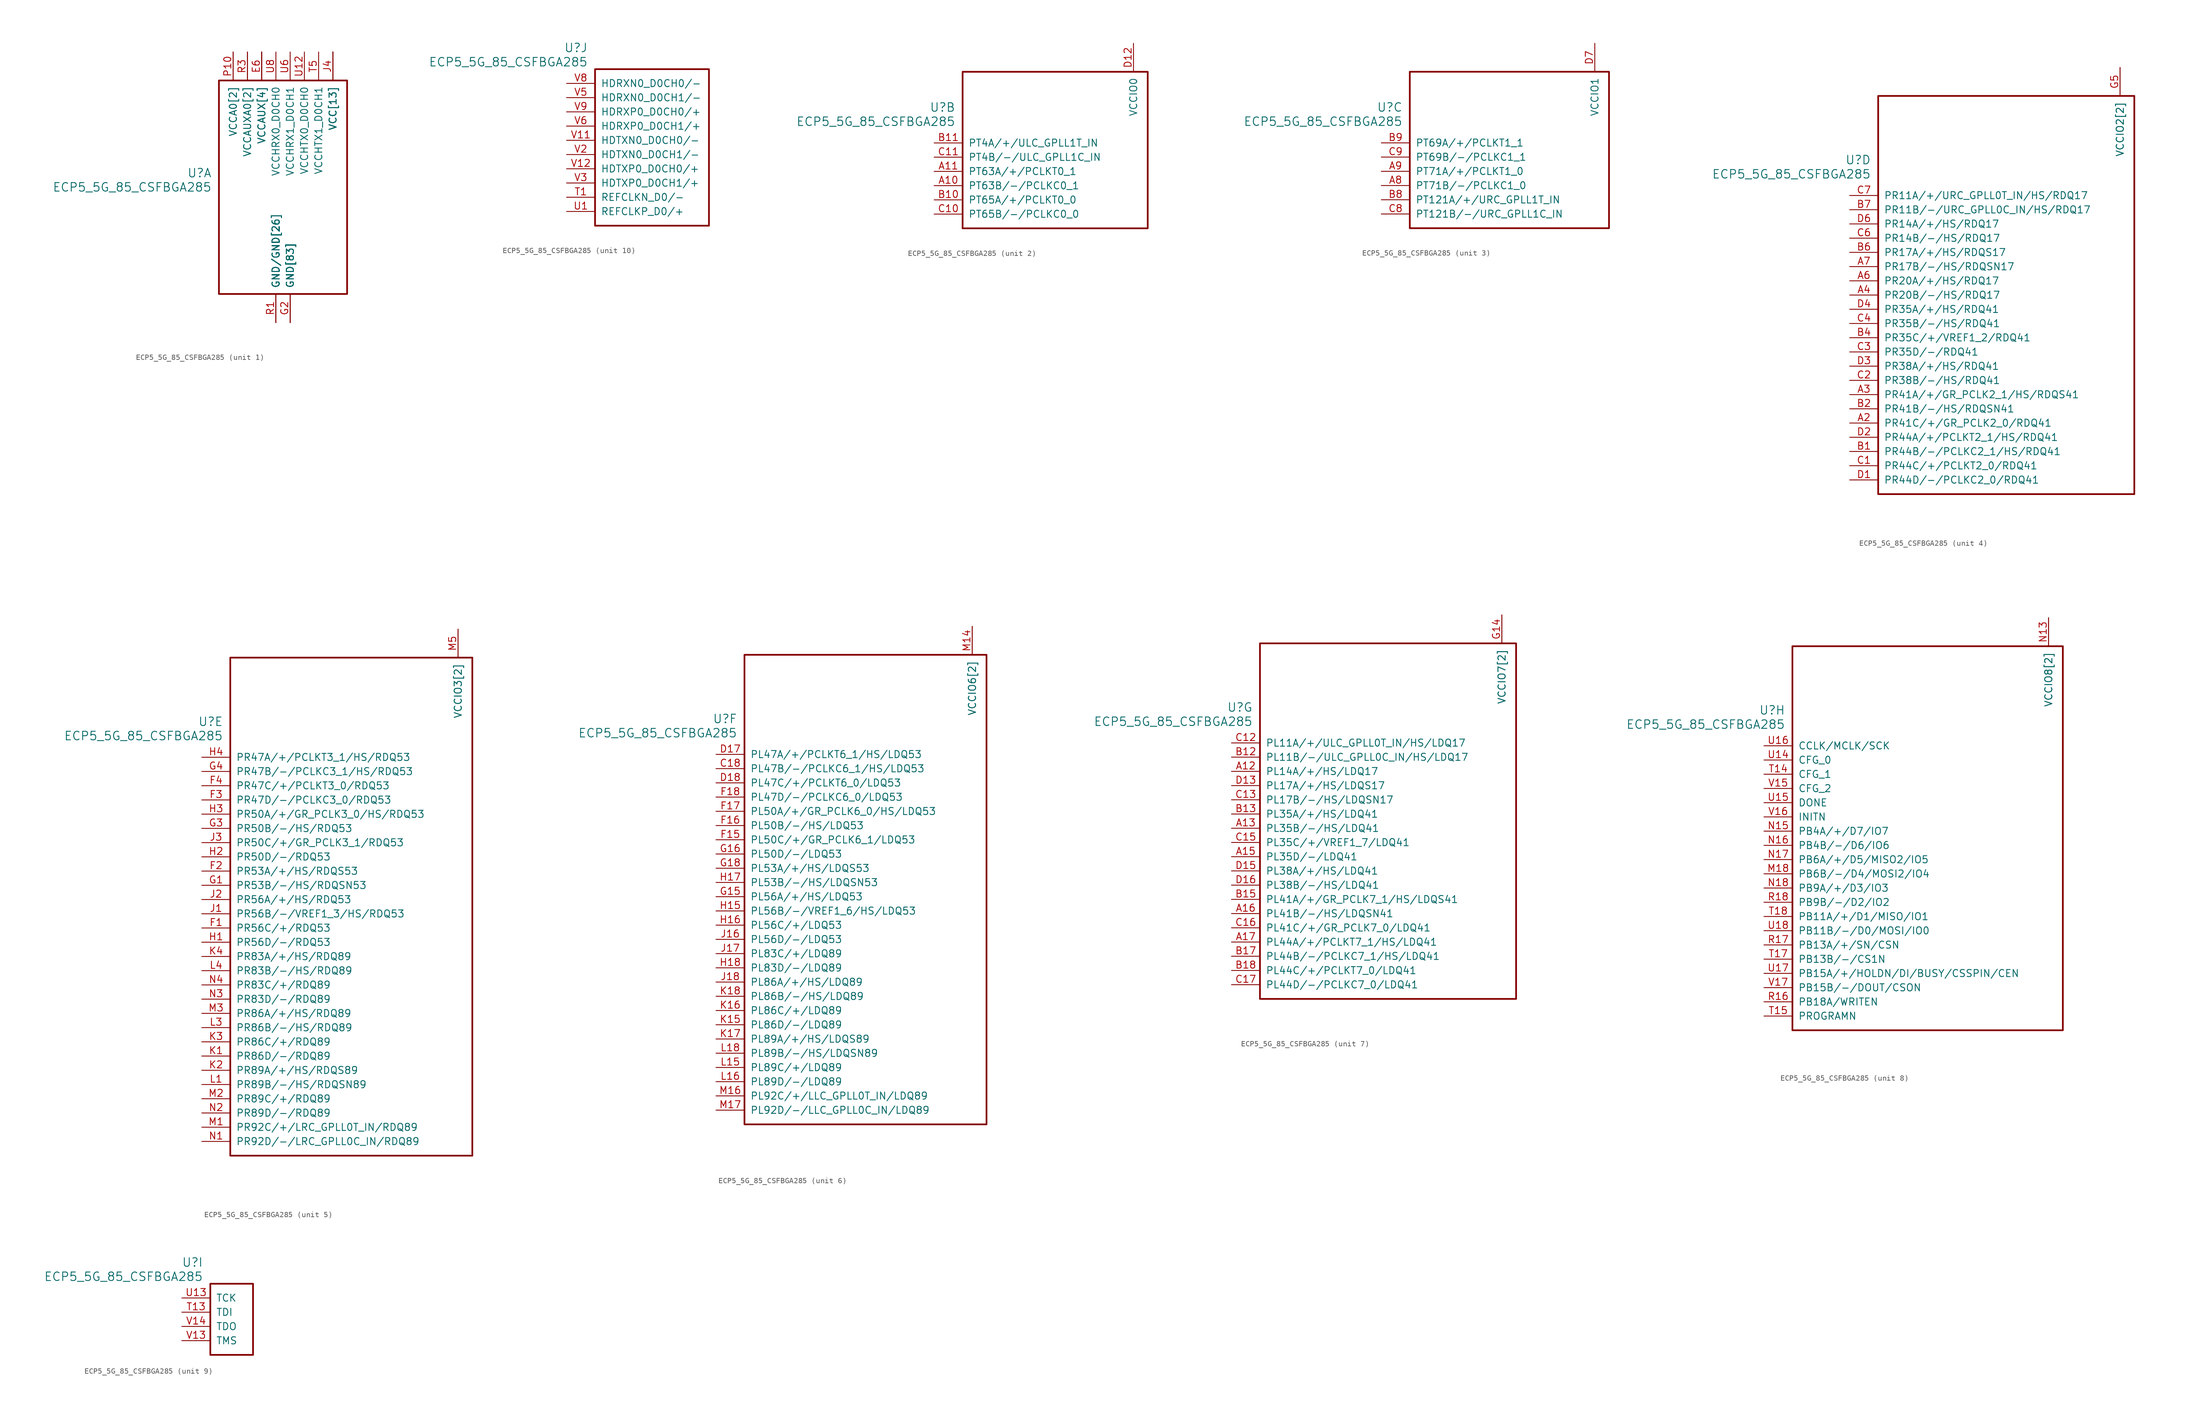
<source format=kicad_sym>
(kicad_symbol_lib
  (version 20231120)
  (generator "kicad_symbol_editor")
  (generator_version "8.0")
  (symbol "ECP5_5G_85_CSFBGA285"
    (pin_names
      (offset 1.016))
    (property "Reference" "U"
      (at 3.81 6.35 0)
      (effects (font (size 1.524 1.524)) (justify right)))
    (property "Value" "ECP5_5G_85_CSFBGA285"
      (at 3.81 3.81 0)
      (effects (font (size 1.524 1.524)) (justify right)))
    (property "ki_locked" ""
      (at 0 0 0)
      (effects (font (size 1.27 1.27))))
    (symbol "ECP5_5G_85_CSFBGA285_1_1"
      (rectangle (start 5.08 22.86) (end 27.94 -15.24) (stroke (width 0.305) (type default)) (fill (type none)))
      (pin power_in line (at 17.78 -20.32 90) (length 5.08) (name "GND[83]" (effects (font (size 1.27 1.27)))) (number "B16" (effects (font (size 0 0)))))
      (pin power_in line (at 17.78 -20.32 90) (length 5.08) (name "GND[83]" (effects (font (size 1.27 1.27)))) (number "B3" (effects (font (size 0 0)))))
      (pin power_in line (at 25.4 27.94 270) (length 5.08) (name "VCC[13]" (effects (font (size 1.27 1.27)))) (number "D10" (effects (font (size 0 0)))))
      (pin power_in line (at 25.4 27.94 270) (length 5.08) (name "VCC[13]" (effects (font (size 1.27 1.27)))) (number "D11" (effects (font (size 0 0)))))
      (pin power_in line (at 25.4 27.94 270) (length 5.08) (name "VCC[13]" (effects (font (size 1.27 1.27)))) (number "D8" (effects (font (size 0 0)))))
      (pin power_in line (at 25.4 27.94 270) (length 5.08) (name "VCC[13]" (effects (font (size 1.27 1.27)))) (number "D9" (effects (font (size 0 0)))))
      (pin power_in line (at 17.78 -20.32 90) (length 5.08) (name "GND[83]" (effects (font (size 1.27 1.27)))) (number "E10" (effects (font (size 0 0)))))
      (pin power_in line (at 17.78 -20.32 90) (length 5.08) (name "GND[83]" (effects (font (size 1.27 1.27)))) (number "E11" (effects (font (size 0 0)))))
      (pin power_in line (at 17.78 -20.32 90) (length 5.08) (name "GND[83]" (effects (font (size 1.27 1.27)))) (number "E12" (effects (font (size 0 0)))))
      (pin power_in line (at 12.7 27.94 270) (length 5.08) (name "VCCAUX[4]" (effects (font (size 1.27 1.27)))) (number "E13" (effects (font (size 0 0)))))
      (pin power_in line (at 17.78 -20.32 90) (length 5.08) (name "GND[83]" (effects (font (size 1.27 1.27)))) (number "E14" (effects (font (size 0 0)))))
      (pin power_in line (at 17.78 -20.32 90) (length 5.08) (name "GND[83]" (effects (font (size 1.27 1.27)))) (number "E5" (effects (font (size 0 0)))))
      (pin power_in line (at 12.7 27.94 270) (length 5.08) (name "VCCAUX[4]" (effects (font (size 1.27 1.27)))) (number "E6" (effects (font (size 1.27 1.27)))))
      (pin power_in line (at 17.78 -20.32 90) (length 5.08) (name "GND[83]" (effects (font (size 1.27 1.27)))) (number "E7" (effects (font (size 0 0)))))
      (pin power_in line (at 17.78 -20.32 90) (length 5.08) (name "GND[83]" (effects (font (size 1.27 1.27)))) (number "E8" (effects (font (size 0 0)))))
      (pin power_in line (at 17.78 -20.32 90) (length 5.08) (name "GND[83]" (effects (font (size 1.27 1.27)))) (number "E9" (effects (font (size 0 0)))))
      (pin power_in line (at 17.78 -20.32 90) (length 5.08) (name "GND[83]" (effects (font (size 1.27 1.27)))) (number "F10" (effects (font (size 0 0)))))
      (pin power_in line (at 17.78 -20.32 90) (length 5.08) (name "GND[83]" (effects (font (size 1.27 1.27)))) (number "F11" (effects (font (size 0 0)))))
      (pin power_in line (at 17.78 -20.32 90) (length 5.08) (name "GND[83]" (effects (font (size 1.27 1.27)))) (number "F12" (effects (font (size 0 0)))))
      (pin power_in line (at 17.78 -20.32 90) (length 5.08) (name "GND[83]" (effects (font (size 1.27 1.27)))) (number "F13" (effects (font (size 0 0)))))
      (pin power_in line (at 17.78 -20.32 90) (length 5.08) (name "GND[83]" (effects (font (size 1.27 1.27)))) (number "F14" (effects (font (size 0 0)))))
      (pin power_in line (at 17.78 -20.32 90) (length 5.08) (name "GND[83]" (effects (font (size 1.27 1.27)))) (number "F5" (effects (font (size 0 0)))))
      (pin power_in line (at 17.78 -20.32 90) (length 5.08) (name "GND[83]" (effects (font (size 1.27 1.27)))) (number "F6" (effects (font (size 0 0)))))
      (pin power_in line (at 17.78 -20.32 90) (length 5.08) (name "GND[83]" (effects (font (size 1.27 1.27)))) (number "F7" (effects (font (size 0 0)))))
      (pin power_in line (at 17.78 -20.32 90) (length 5.08) (name "GND[83]" (effects (font (size 1.27 1.27)))) (number "F8" (effects (font (size 0 0)))))
      (pin power_in line (at 17.78 -20.32 90) (length 5.08) (name "GND[83]" (effects (font (size 1.27 1.27)))) (number "F9" (effects (font (size 0 0)))))
      (pin power_in line (at 17.78 -20.32 90) (length 5.08) (name "GND[83]" (effects (font (size 1.27 1.27)))) (number "G10" (effects (font (size 0 0)))))
      (pin power_in line (at 17.78 -20.32 90) (length 5.08) (name "GND[83]" (effects (font (size 1.27 1.27)))) (number "G11" (effects (font (size 0 0)))))
      (pin power_in line (at 17.78 -20.32 90) (length 5.08) (name "GND[83]" (effects (font (size 1.27 1.27)))) (number "G12" (effects (font (size 0 0)))))
      (pin power_in line (at 17.78 -20.32 90) (length 5.08) (name "GND[83]" (effects (font (size 1.27 1.27)))) (number "G13" (effects (font (size 0 0)))))
      (pin power_in line (at 17.78 -20.32 90) (length 5.08) (name "GND[83]" (effects (font (size 1.27 1.27)))) (number "G17" (effects (font (size 0 0)))))
      (pin power_in line (at 17.78 -20.32 90) (length 5.08) (name "GND[83]" (effects (font (size 1.27 1.27)))) (number "G2" (effects (font (size 1.27 1.27)))))
      (pin power_in line (at 17.78 -20.32 90) (length 5.08) (name "GND[83]" (effects (font (size 1.27 1.27)))) (number "G6" (effects (font (size 0 0)))))
      (pin power_in line (at 17.78 -20.32 90) (length 5.08) (name "GND[83]" (effects (font (size 1.27 1.27)))) (number "G7" (effects (font (size 0 0)))))
      (pin power_in line (at 17.78 -20.32 90) (length 5.08) (name "GND[83]" (effects (font (size 1.27 1.27)))) (number "G8" (effects (font (size 0 0)))))
      (pin power_in line (at 17.78 -20.32 90) (length 5.08) (name "GND[83]" (effects (font (size 1.27 1.27)))) (number "G9" (effects (font (size 0 0)))))
      (pin power_in line (at 17.78 -20.32 90) (length 5.08) (name "GND[83]" (effects (font (size 1.27 1.27)))) (number "H10" (effects (font (size 0 0)))))
      (pin power_in line (at 17.78 -20.32 90) (length 5.08) (name "GND[83]" (effects (font (size 1.27 1.27)))) (number "H11" (effects (font (size 0 0)))))
      (pin power_in line (at 17.78 -20.32 90) (length 5.08) (name "GND[83]" (effects (font (size 1.27 1.27)))) (number "H12" (effects (font (size 0 0)))))
      (pin power_in line (at 17.78 -20.32 90) (length 5.08) (name "GND[83]" (effects (font (size 1.27 1.27)))) (number "H13" (effects (font (size 0 0)))))
      (pin power_in line (at 17.78 -20.32 90) (length 5.08) (name "GND[83]" (effects (font (size 1.27 1.27)))) (number "H6" (effects (font (size 0 0)))))
      (pin power_in line (at 17.78 -20.32 90) (length 5.08) (name "GND[83]" (effects (font (size 1.27 1.27)))) (number "H7" (effects (font (size 0 0)))))
      (pin power_in line (at 17.78 -20.32 90) (length 5.08) (name "GND[83]" (effects (font (size 1.27 1.27)))) (number "H8" (effects (font (size 0 0)))))
      (pin power_in line (at 17.78 -20.32 90) (length 5.08) (name "GND[83]" (effects (font (size 1.27 1.27)))) (number "H9" (effects (font (size 0 0)))))
      (pin power_in line (at 17.78 -20.32 90) (length 5.08) (name "GND[83]" (effects (font (size 1.27 1.27)))) (number "J10" (effects (font (size 0 0)))))
      (pin power_in line (at 17.78 -20.32 90) (length 5.08) (name "GND[83]" (effects (font (size 1.27 1.27)))) (number "J11" (effects (font (size 0 0)))))
      (pin power_in line (at 17.78 -20.32 90) (length 5.08) (name "GND[83]" (effects (font (size 1.27 1.27)))) (number "J12" (effects (font (size 0 0)))))
      (pin power_in line (at 17.78 -20.32 90) (length 5.08) (name "GND[83]" (effects (font (size 1.27 1.27)))) (number "J13" (effects (font (size 0 0)))))
      (pin power_in line (at 25.4 27.94 270) (length 5.08) (name "VCC[13]" (effects (font (size 1.27 1.27)))) (number "J14" (effects (font (size 0 0)))))
      (pin power_in line (at 25.4 27.94 270) (length 5.08) (name "VCC[13]" (effects (font (size 1.27 1.27)))) (number "J15" (effects (font (size 0 0)))))
      (pin power_in line (at 25.4 27.94 270) (length 5.08) (name "VCC[13]" (effects (font (size 1.27 1.27)))) (number "J4" (effects (font (size 1.27 1.27)))))
      (pin power_in line (at 25.4 27.94 270) (length 5.08) (name "VCC[13]" (effects (font (size 1.27 1.27)))) (number "J5" (effects (font (size 0 0)))))
      (pin power_in line (at 17.78 -20.32 90) (length 5.08) (name "GND[83]" (effects (font (size 1.27 1.27)))) (number "J6" (effects (font (size 0 0)))))
      (pin power_in line (at 17.78 -20.32 90) (length 5.08) (name "GND[83]" (effects (font (size 1.27 1.27)))) (number "J7" (effects (font (size 0 0)))))
      (pin power_in line (at 17.78 -20.32 90) (length 5.08) (name "GND[83]" (effects (font (size 1.27 1.27)))) (number "J8" (effects (font (size 0 0)))))
      (pin power_in line (at 17.78 -20.32 90) (length 5.08) (name "GND[83]" (effects (font (size 1.27 1.27)))) (number "J9" (effects (font (size 0 0)))))
      (pin power_in line (at 17.78 -20.32 90) (length 5.08) (name "GND[83]" (effects (font (size 1.27 1.27)))) (number "K10" (effects (font (size 0 0)))))
      (pin power_in line (at 17.78 -20.32 90) (length 5.08) (name "GND[83]" (effects (font (size 1.27 1.27)))) (number "K11" (effects (font (size 0 0)))))
      (pin power_in line (at 17.78 -20.32 90) (length 5.08) (name "GND[83]" (effects (font (size 1.27 1.27)))) (number "K12" (effects (font (size 0 0)))))
      (pin power_in line (at 17.78 -20.32 90) (length 5.08) (name "GND[83]" (effects (font (size 1.27 1.27)))) (number "K13" (effects (font (size 0 0)))))
      (pin power_in line (at 17.78 -20.32 90) (length 5.08) (name "GND[83]" (effects (font (size 1.27 1.27)))) (number "K14" (effects (font (size 0 0)))))
      (pin power_in line (at 17.78 -20.32 90) (length 5.08) (name "GND[83]" (effects (font (size 1.27 1.27)))) (number "K5" (effects (font (size 0 0)))))
      (pin power_in line (at 17.78 -20.32 90) (length 5.08) (name "GND[83]" (effects (font (size 1.27 1.27)))) (number "K6" (effects (font (size 0 0)))))
      (pin power_in line (at 17.78 -20.32 90) (length 5.08) (name "GND[83]" (effects (font (size 1.27 1.27)))) (number "K7" (effects (font (size 0 0)))))
      (pin power_in line (at 17.78 -20.32 90) (length 5.08) (name "GND[83]" (effects (font (size 1.27 1.27)))) (number "K8" (effects (font (size 0 0)))))
      (pin power_in line (at 17.78 -20.32 90) (length 5.08) (name "GND[83]" (effects (font (size 1.27 1.27)))) (number "K9" (effects (font (size 0 0)))))
      (pin power_in line (at 17.78 -20.32 90) (length 5.08) (name "GND[83]" (effects (font (size 1.27 1.27)))) (number "L10" (effects (font (size 0 0)))))
      (pin power_in line (at 17.78 -20.32 90) (length 5.08) (name "GND[83]" (effects (font (size 1.27 1.27)))) (number "L11" (effects (font (size 0 0)))))
      (pin power_in line (at 17.78 -20.32 90) (length 5.08) (name "GND[83]" (effects (font (size 1.27 1.27)))) (number "L12" (effects (font (size 0 0)))))
      (pin power_in line (at 17.78 -20.32 90) (length 5.08) (name "GND[83]" (effects (font (size 1.27 1.27)))) (number "L13" (effects (font (size 0 0)))))
      (pin power_in line (at 17.78 -20.32 90) (length 5.08) (name "GND[83]" (effects (font (size 1.27 1.27)))) (number "L14" (effects (font (size 0 0)))))
      (pin power_in line (at 17.78 -20.32 90) (length 5.08) (name "GND[83]" (effects (font (size 1.27 1.27)))) (number "L17" (effects (font (size 0 0)))))
      (pin power_in line (at 17.78 -20.32 90) (length 5.08) (name "GND[83]" (effects (font (size 1.27 1.27)))) (number "L2" (effects (font (size 0 0)))))
      (pin power_in line (at 17.78 -20.32 90) (length 5.08) (name "GND[83]" (effects (font (size 1.27 1.27)))) (number "L5" (effects (font (size 0 0)))))
      (pin power_in line (at 17.78 -20.32 90) (length 5.08) (name "GND[83]" (effects (font (size 1.27 1.27)))) (number "L6" (effects (font (size 0 0)))))
      (pin power_in line (at 17.78 -20.32 90) (length 5.08) (name "GND[83]" (effects (font (size 1.27 1.27)))) (number "L7" (effects (font (size 0 0)))))
      (pin power_in line (at 17.78 -20.32 90) (length 5.08) (name "GND[83]" (effects (font (size 1.27 1.27)))) (number "L8" (effects (font (size 0 0)))))
      (pin power_in line (at 17.78 -20.32 90) (length 5.08) (name "GND[83]" (effects (font (size 1.27 1.27)))) (number "L9" (effects (font (size 0 0)))))
      (pin power_in line (at 17.78 -20.32 90) (length 5.08) (name "GND[83]" (effects (font (size 1.27 1.27)))) (number "M10" (effects (font (size 0 0)))))
      (pin power_in line (at 17.78 -20.32 90) (length 5.08) (name "GND[83]" (effects (font (size 1.27 1.27)))) (number "M11" (effects (font (size 0 0)))))
      (pin power_in line (at 17.78 -20.32 90) (length 5.08) (name "GND[83]" (effects (font (size 1.27 1.27)))) (number "M12" (effects (font (size 0 0)))))
      (pin power_in line (at 17.78 -20.32 90) (length 5.08) (name "GND[83]" (effects (font (size 1.27 1.27)))) (number "M13" (effects (font (size 0 0)))))
      (pin power_in line (at 25.4 27.94 270) (length 5.08) (name "VCC[13]" (effects (font (size 1.27 1.27)))) (number "M15" (effects (font (size 0 0)))))
      (pin power_in line (at 25.4 27.94 270) (length 5.08) (name "VCC[13]" (effects (font (size 1.27 1.27)))) (number "M4" (effects (font (size 0 0)))))
      (pin power_in line (at 17.78 -20.32 90) (length 5.08) (name "GND[83]" (effects (font (size 1.27 1.27)))) (number "M6" (effects (font (size 0 0)))))
      (pin power_in line (at 17.78 -20.32 90) (length 5.08) (name "GND[83]" (effects (font (size 1.27 1.27)))) (number "M7" (effects (font (size 0 0)))))
      (pin power_in line (at 17.78 -20.32 90) (length 5.08) (name "GND[83]" (effects (font (size 1.27 1.27)))) (number "M8" (effects (font (size 0 0)))))
      (pin power_in line (at 17.78 -20.32 90) (length 5.08) (name "GND[83]" (effects (font (size 1.27 1.27)))) (number "M9" (effects (font (size 0 0)))))
      (pin power_in line (at 17.78 -20.32 90) (length 5.08) (name "GND[83]" (effects (font (size 1.27 1.27)))) (number "N10" (effects (font (size 0 0)))))
      (pin power_in line (at 17.78 -20.32 90) (length 5.08) (name "GND[83]" (effects (font (size 1.27 1.27)))) (number "N11" (effects (font (size 0 0)))))
      (pin power_in line (at 17.78 -20.32 90) (length 5.08) (name "GND[83]" (effects (font (size 1.27 1.27)))) (number "N12" (effects (font (size 0 0)))))
      (pin power_in line (at 12.7 27.94 270) (length 5.08) (name "VCCAUX[4]" (effects (font (size 1.27 1.27)))) (number "N6" (effects (font (size 0 0)))))
      (pin power_in line (at 17.78 -20.32 90) (length 5.08) (name "GND[83]" (effects (font (size 1.27 1.27)))) (number "N7" (effects (font (size 0 0)))))
      (pin power_in line (at 17.78 -20.32 90) (length 5.08) (name "GND[83]" (effects (font (size 1.27 1.27)))) (number "N8" (effects (font (size 0 0)))))
      (pin power_in line (at 17.78 -20.32 90) (length 5.08) (name "GND[83]" (effects (font (size 1.27 1.27)))) (number "N9" (effects (font (size 0 0)))))
      (pin power_in line (at 7.62 27.94 270) (length 5.08) (name "VCCA0[2]" (effects (font (size 1.27 1.27)))) (number "P10" (effects (font (size 1.27 1.27)))))
      (pin power_in line (at 25.4 27.94 270) (length 5.08) (name "VCC[13]" (effects (font (size 1.27 1.27)))) (number "P11" (effects (font (size 0 0)))))
      (pin power_in line (at 15.24 -20.32 90) (length 5.08) (name "GND/GND[26]" (effects (font (size 1.27 1.27)))) (number "P12" (effects (font (size 0 0)))))
      (pin power_in line (at 12.7 27.94 270) (length 5.08) (name "VCCAUX[4]" (effects (font (size 1.27 1.27)))) (number "P13" (effects (font (size 0 0)))))
      (pin power_in line (at 10.16 27.94 270) (length 5.08) (name "VCCAUXA0[2]" (effects (font (size 1.27 1.27)))) (number "P5" (effects (font (size 0 0)))))
      (pin power_in line (at 15.24 -20.32 90) (length 5.08) (name "GND/GND[26]" (effects (font (size 1.27 1.27)))) (number "P6" (effects (font (size 0 0)))))
      (pin power_in line (at 25.4 27.94 270) (length 5.08) (name "VCC[13]" (effects (font (size 1.27 1.27)))) (number "P7" (effects (font (size 0 0)))))
      (pin power_in line (at 15.24 -20.32 90) (length 5.08) (name "GND/GND[26]" (effects (font (size 1.27 1.27)))) (number "P8" (effects (font (size 0 0)))))
      (pin power_in line (at 25.4 27.94 270) (length 5.08) (name "VCC[13]" (effects (font (size 1.27 1.27)))) (number "P9" (effects (font (size 0 0)))))
      (pin power_in line (at 15.24 -20.32 90) (length 5.08) (name "GND/GND[26]" (effects (font (size 1.27 1.27)))) (number "R1" (effects (font (size 1.27 1.27)))))
      (pin power_in line (at 7.62 27.94 270) (length 5.08) (name "VCCA0[2]" (effects (font (size 1.27 1.27)))) (number "R10" (effects (font (size 0 0)))))
      (pin power_in line (at 15.24 -20.32 90) (length 5.08) (name "GND/GND[26]" (effects (font (size 1.27 1.27)))) (number "R2" (effects (font (size 0 0)))))
      (pin power_in line (at 10.16 27.94 270) (length 5.08) (name "VCCAUXA0[2]" (effects (font (size 1.27 1.27)))) (number "R3" (effects (font (size 1.27 1.27)))))
      (pin power_in line (at 15.24 -20.32 90) (length 5.08) (name "GND/GND[26]" (effects (font (size 1.27 1.27)))) (number "T10" (effects (font (size 0 0)))))
      (pin power_in line (at 15.24 -20.32 90) (length 5.08) (name "GND/GND[26]" (effects (font (size 1.27 1.27)))) (number "T11" (effects (font (size 0 0)))))
      (pin power_in line (at 15.24 -20.32 90) (length 5.08) (name "GND/GND[26]" (effects (font (size 1.27 1.27)))) (number "T12" (effects (font (size 0 0)))))
      (pin power_in line (at 17.78 -20.32 90) (length 5.08) (name "GND[83]" (effects (font (size 1.27 1.27)))) (number "T16" (effects (font (size 0 0)))))
      (pin power_in line (at 15.24 -20.32 90) (length 5.08) (name "GND/GND[26]" (effects (font (size 1.27 1.27)))) (number "T2" (effects (font (size 0 0)))))
      (pin power_in line (at 15.24 -20.32 90) (length 5.08) (name "GND/GND[26]" (effects (font (size 1.27 1.27)))) (number "T3" (effects (font (size 0 0)))))
      (pin power_in line (at 15.24 -20.32 90) (length 5.08) (name "GND/GND[26]" (effects (font (size 1.27 1.27)))) (number "T4" (effects (font (size 0 0)))))
      (pin power_in line (at 22.86 27.94 270) (length 5.08) (name "VCCHTX1_D0CH1" (effects (font (size 1.27 1.27)))) (number "T5" (effects (font (size 1.27 1.27)))))
      (pin power_in line (at 15.24 -20.32 90) (length 5.08) (name "GND/GND[26]" (effects (font (size 1.27 1.27)))) (number "T6" (effects (font (size 0 0)))))
      (pin power_in line (at 15.24 -20.32 90) (length 5.08) (name "GND/GND[26]" (effects (font (size 1.27 1.27)))) (number "T7" (effects (font (size 0 0)))))
      (pin power_in line (at 15.24 -20.32 90) (length 5.08) (name "GND/GND[26]" (effects (font (size 1.27 1.27)))) (number "T8" (effects (font (size 0 0)))))
      (pin power_in line (at 15.24 -20.32 90) (length 5.08) (name "GND/GND[26]" (effects (font (size 1.27 1.27)))) (number "T9" (effects (font (size 0 0)))))
      (pin power_in line (at 15.24 -20.32 90) (length 5.08) (name "GND/GND[26]" (effects (font (size 1.27 1.27)))) (number "U10" (effects (font (size 0 0)))))
      (pin power_in line (at 15.24 -20.32 90) (length 5.08) (name "GND/GND[26]" (effects (font (size 1.27 1.27)))) (number "U11" (effects (font (size 0 0)))))
      (pin power_in line (at 20.32 27.94 270) (length 5.08) (name "VCCHTX0_D0CH0" (effects (font (size 1.27 1.27)))) (number "U12" (effects (font (size 1.27 1.27)))))
      (pin power_in line (at 15.24 -20.32 90) (length 5.08) (name "GND/GND[26]" (effects (font (size 1.27 1.27)))) (number "U2" (effects (font (size 0 0)))))
      (pin power_in line (at 15.24 -20.32 90) (length 5.08) (name "GND/GND[26]" (effects (font (size 1.27 1.27)))) (number "U3" (effects (font (size 0 0)))))
      (pin power_in line (at 15.24 -20.32 90) (length 5.08) (name "GND/GND[26]" (effects (font (size 1.27 1.27)))) (number "U4" (effects (font (size 0 0)))))
      (pin power_in line (at 15.24 -20.32 90) (length 5.08) (name "GND/GND[26]" (effects (font (size 1.27 1.27)))) (number "U5" (effects (font (size 0 0)))))
      (pin power_in line (at 17.78 27.94 270) (length 5.08) (name "VCCHRX1_D0CH1" (effects (font (size 1.27 1.27)))) (number "U6" (effects (font (size 1.27 1.27)))))
      (pin power_in line (at 15.24 -20.32 90) (length 5.08) (name "GND/GND[26]" (effects (font (size 1.27 1.27)))) (number "U7" (effects (font (size 0 0)))))
      (pin power_in line (at 15.24 27.94 270) (length 5.08) (name "VCCHRX0_D0CH0" (effects (font (size 1.27 1.27)))) (number "U8" (effects (font (size 1.27 1.27)))))
      (pin power_in line (at 15.24 -20.32 90) (length 5.08) (name "GND/GND[26]" (effects (font (size 1.27 1.27)))) (number "U9" (effects (font (size 0 0)))))
      (pin power_in line (at 15.24 -20.32 90) (length 5.08) (name "GND/GND[26]" (effects (font (size 1.27 1.27)))) (number "V10" (effects (font (size 0 0)))))
      (pin power_in line (at 15.24 -20.32 90) (length 5.08) (name "GND/GND[26]" (effects (font (size 1.27 1.27)))) (number "V4" (effects (font (size 0 0)))))
      (pin power_in line (at 15.24 -20.32 90) (length 5.08) (name "GND/GND[26]" (effects (font (size 1.27 1.27)))) (number "V7" (effects (font (size 0 0))))))
    (symbol "ECP5_5G_85_CSFBGA285_2_1"
      (rectangle (start 5.08 12.7) (end 38.1 -15.24) (stroke (width 0.305) (type default)) (fill (type none)))
      (pin bidirectional line (at 0 -7.62 0) (length 5.08) (name "PT63B/-/PCLKC0_1" (effects (font (size 1.27 1.27)))) (number "A10" (effects (font (size 1.27 1.27)))))
      (pin bidirectional line (at 0 -5.08 0) (length 5.08) (name "PT63A/+/PCLKT0_1" (effects (font (size 1.27 1.27)))) (number "A11" (effects (font (size 1.27 1.27)))))
      (pin bidirectional line (at 0 -10.16 0) (length 5.08) (name "PT65A/+/PCLKT0_0" (effects (font (size 1.27 1.27)))) (number "B10" (effects (font (size 1.27 1.27)))))
      (pin bidirectional line (at 0 0 0) (length 5.08) (name "PT4A/+/ULC_GPLL1T_IN" (effects (font (size 1.27 1.27)))) (number "B11" (effects (font (size 1.27 1.27)))))
      (pin bidirectional line (at 0 -12.7 0) (length 5.08) (name "PT65B/-/PCLKC0_0" (effects (font (size 1.27 1.27)))) (number "C10" (effects (font (size 1.27 1.27)))))
      (pin bidirectional line (at 0 -2.54 0) (length 5.08) (name "PT4B/-/ULC_GPLL1C_IN" (effects (font (size 1.27 1.27)))) (number "C11" (effects (font (size 1.27 1.27)))))
      (pin power_in line (at 35.56 17.78 270) (length 5.08) (name "VCCIO0" (effects (font (size 1.27 1.27)))) (number "D12" (effects (font (size 1.27 1.27))))))
    (symbol "ECP5_5G_85_CSFBGA285_3_1"
      (rectangle (start 5.08 12.7) (end 40.64 -15.24) (stroke (width 0.305) (type default)) (fill (type none)))
      (pin bidirectional line (at 0 -7.62 0) (length 5.08) (name "PT71B/-/PCLKC1_0" (effects (font (size 1.27 1.27)))) (number "A8" (effects (font (size 1.27 1.27)))))
      (pin bidirectional line (at 0 -5.08 0) (length 5.08) (name "PT71A/+/PCLKT1_0" (effects (font (size 1.27 1.27)))) (number "A9" (effects (font (size 1.27 1.27)))))
      (pin bidirectional line (at 0 -10.16 0) (length 5.08) (name "PT121A/+/URC_GPLL1T_IN" (effects (font (size 1.27 1.27)))) (number "B8" (effects (font (size 1.27 1.27)))))
      (pin bidirectional line (at 0 0 0) (length 5.08) (name "PT69A/+/PCLKT1_1" (effects (font (size 1.27 1.27)))) (number "B9" (effects (font (size 1.27 1.27)))))
      (pin bidirectional line (at 0 -12.7 0) (length 5.08) (name "PT121B/-/URC_GPLL1C_IN" (effects (font (size 1.27 1.27)))) (number "C8" (effects (font (size 1.27 1.27)))))
      (pin bidirectional line (at 0 -2.54 0) (length 5.08) (name "PT69B/-/PCLKC1_1" (effects (font (size 1.27 1.27)))) (number "C9" (effects (font (size 1.27 1.27)))))
      (pin power_in line (at 38.1 17.78 270) (length 5.08) (name "VCCIO1" (effects (font (size 1.27 1.27)))) (number "D7" (effects (font (size 1.27 1.27))))))
    (symbol "ECP5_5G_85_CSFBGA285_4_1"
      (rectangle (start 5.08 17.78) (end 50.8 -53.34) (stroke (width 0.305) (type default)) (fill (type none)))
      (pin bidirectional line (at 0 -40.64 0) (length 5.08) (name "PR41C/+/GR_PCLK2_0/RDQ41" (effects (font (size 1.27 1.27)))) (number "A2" (effects (font (size 1.27 1.27)))))
      (pin bidirectional line (at 0 -35.56 0) (length 5.08) (name "PR41A/+/GR_PCLK2_1/HS/RDQS41" (effects (font (size 1.27 1.27)))) (number "A3" (effects (font (size 1.27 1.27)))))
      (pin bidirectional line (at 0 -17.78 0) (length 5.08) (name "PR20B/-/HS/RDQ17" (effects (font (size 1.27 1.27)))) (number "A4" (effects (font (size 1.27 1.27)))))
      (pin bidirectional line (at 0 -15.24 0) (length 5.08) (name "PR20A/+/HS/RDQ17" (effects (font (size 1.27 1.27)))) (number "A6" (effects (font (size 1.27 1.27)))))
      (pin bidirectional line (at 0 -12.7 0) (length 5.08) (name "PR17B/-/HS/RDQSN17" (effects (font (size 1.27 1.27)))) (number "A7" (effects (font (size 1.27 1.27)))))
      (pin bidirectional line (at 0 -45.72 0) (length 5.08) (name "PR44B/-/PCLKC2_1/HS/RDQ41" (effects (font (size 1.27 1.27)))) (number "B1" (effects (font (size 1.27 1.27)))))
      (pin bidirectional line (at 0 -38.1 0) (length 5.08) (name "PR41B/-/HS/RDQSN41" (effects (font (size 1.27 1.27)))) (number "B2" (effects (font (size 1.27 1.27)))))
      (pin bidirectional line (at 0 -25.4 0) (length 5.08) (name "PR35C/+/VREF1_2/RDQ41" (effects (font (size 1.27 1.27)))) (number "B4" (effects (font (size 1.27 1.27)))))
      (pin bidirectional line (at 0 -10.16 0) (length 5.08) (name "PR17A/+/HS/RDQS17" (effects (font (size 1.27 1.27)))) (number "B6" (effects (font (size 1.27 1.27)))))
      (pin bidirectional line (at 0 -2.54 0) (length 5.08) (name "PR11B/-/URC_GPLL0C_IN/HS/RDQ17" (effects (font (size 1.27 1.27)))) (number "B7" (effects (font (size 1.27 1.27)))))
      (pin bidirectional line (at 0 -48.26 0) (length 5.08) (name "PR44C/+/PCLKT2_0/RDQ41" (effects (font (size 1.27 1.27)))) (number "C1" (effects (font (size 1.27 1.27)))))
      (pin bidirectional line (at 0 -33.02 0) (length 5.08) (name "PR38B/-/HS/RDQ41" (effects (font (size 1.27 1.27)))) (number "C2" (effects (font (size 1.27 1.27)))))
      (pin bidirectional line (at 0 -27.94 0) (length 5.08) (name "PR35D/-/RDQ41" (effects (font (size 1.27 1.27)))) (number "C3" (effects (font (size 1.27 1.27)))))
      (pin bidirectional line (at 0 -22.86 0) (length 5.08) (name "PR35B/-/HS/RDQ41" (effects (font (size 1.27 1.27)))) (number "C4" (effects (font (size 1.27 1.27)))))
      (pin bidirectional line (at 0 -7.62 0) (length 5.08) (name "PR14B/-/HS/RDQ17" (effects (font (size 1.27 1.27)))) (number "C6" (effects (font (size 1.27 1.27)))))
      (pin bidirectional line (at 0 0 0) (length 5.08) (name "PR11A/+/URC_GPLL0T_IN/HS/RDQ17" (effects (font (size 1.27 1.27)))) (number "C7" (effects (font (size 1.27 1.27)))))
      (pin bidirectional line (at 0 -50.8 0) (length 5.08) (name "PR44D/-/PCLKC2_0/RDQ41" (effects (font (size 1.27 1.27)))) (number "D1" (effects (font (size 1.27 1.27)))))
      (pin bidirectional line (at 0 -43.18 0) (length 5.08) (name "PR44A/+/PCLKT2_1/HS/RDQ41" (effects (font (size 1.27 1.27)))) (number "D2" (effects (font (size 1.27 1.27)))))
      (pin bidirectional line (at 0 -30.48 0) (length 5.08) (name "PR38A/+/HS/RDQ41" (effects (font (size 1.27 1.27)))) (number "D3" (effects (font (size 1.27 1.27)))))
      (pin bidirectional line (at 0 -20.32 0) (length 5.08) (name "PR35A/+/HS/RDQ41" (effects (font (size 1.27 1.27)))) (number "D4" (effects (font (size 1.27 1.27)))))
      (pin bidirectional line (at 0 -5.08 0) (length 5.08) (name "PR14A/+/HS/RDQ17" (effects (font (size 1.27 1.27)))) (number "D6" (effects (font (size 1.27 1.27)))))
      (pin power_in line (at 48.26 22.86 270) (length 5.08) (name "VCCIO2[2]" (effects (font (size 1.27 1.27)))) (number "G5" (effects (font (size 1.27 1.27)))))
      (pin power_in line (at 48.26 22.86 270) (length 5.08) (name "VCCIO2[2]" (effects (font (size 1.27 1.27)))) (number "H5" (effects (font (size 0 0))))))
    (symbol "ECP5_5G_85_CSFBGA285_5_1"
      (rectangle (start 5.08 17.78) (end 48.26 -71.12) (stroke (width 0.305) (type default)) (fill (type none)))
      (pin bidirectional line (at 0 -30.48 0) (length 5.08) (name "PR56C/+/RDQ53" (effects (font (size 1.27 1.27)))) (number "F1" (effects (font (size 1.27 1.27)))))
      (pin bidirectional line (at 0 -20.32 0) (length 5.08) (name "PR53A/+/HS/RDQS53" (effects (font (size 1.27 1.27)))) (number "F2" (effects (font (size 1.27 1.27)))))
      (pin bidirectional line (at 0 -7.62 0) (length 5.08) (name "PR47D/-/PCLKC3_0/RDQ53" (effects (font (size 1.27 1.27)))) (number "F3" (effects (font (size 1.27 1.27)))))
      (pin bidirectional line (at 0 -5.08 0) (length 5.08) (name "PR47C/+/PCLKT3_0/RDQ53" (effects (font (size 1.27 1.27)))) (number "F4" (effects (font (size 1.27 1.27)))))
      (pin bidirectional line (at 0 -22.86 0) (length 5.08) (name "PR53B/-/HS/RDQSN53" (effects (font (size 1.27 1.27)))) (number "G1" (effects (font (size 1.27 1.27)))))
      (pin bidirectional line (at 0 -12.7 0) (length 5.08) (name "PR50B/-/HS/RDQ53" (effects (font (size 1.27 1.27)))) (number "G3" (effects (font (size 1.27 1.27)))))
      (pin bidirectional line (at 0 -2.54 0) (length 5.08) (name "PR47B/-/PCLKC3_1/HS/RDQ53" (effects (font (size 1.27 1.27)))) (number "G4" (effects (font (size 1.27 1.27)))))
      (pin bidirectional line (at 0 -33.02 0) (length 5.08) (name "PR56D/-/RDQ53" (effects (font (size 1.27 1.27)))) (number "H1" (effects (font (size 1.27 1.27)))))
      (pin bidirectional line (at 0 -17.78 0) (length 5.08) (name "PR50D/-/RDQ53" (effects (font (size 1.27 1.27)))) (number "H2" (effects (font (size 1.27 1.27)))))
      (pin bidirectional line (at 0 -10.16 0) (length 5.08) (name "PR50A/+/GR_PCLK3_0/HS/RDQ53" (effects (font (size 1.27 1.27)))) (number "H3" (effects (font (size 1.27 1.27)))))
      (pin bidirectional line (at 0 0 0) (length 5.08) (name "PR47A/+/PCLKT3_1/HS/RDQ53" (effects (font (size 1.27 1.27)))) (number "H4" (effects (font (size 1.27 1.27)))))
      (pin bidirectional line (at 0 -27.94 0) (length 5.08) (name "PR56B/-/VREF1_3/HS/RDQ53" (effects (font (size 1.27 1.27)))) (number "J1" (effects (font (size 1.27 1.27)))))
      (pin bidirectional line (at 0 -25.4 0) (length 5.08) (name "PR56A/+/HS/RDQ53" (effects (font (size 1.27 1.27)))) (number "J2" (effects (font (size 1.27 1.27)))))
      (pin bidirectional line (at 0 -15.24 0) (length 5.08) (name "PR50C/+/GR_PCLK3_1/RDQ53" (effects (font (size 1.27 1.27)))) (number "J3" (effects (font (size 1.27 1.27)))))
      (pin bidirectional line (at 0 -53.34 0) (length 5.08) (name "PR86D/-/RDQ89" (effects (font (size 1.27 1.27)))) (number "K1" (effects (font (size 1.27 1.27)))))
      (pin bidirectional line (at 0 -55.88 0) (length 5.08) (name "PR89A/+/HS/RDQS89" (effects (font (size 1.27 1.27)))) (number "K2" (effects (font (size 1.27 1.27)))))
      (pin bidirectional line (at 0 -50.8 0) (length 5.08) (name "PR86C/+/RDQ89" (effects (font (size 1.27 1.27)))) (number "K3" (effects (font (size 1.27 1.27)))))
      (pin bidirectional line (at 0 -35.56 0) (length 5.08) (name "PR83A/+/HS/RDQ89" (effects (font (size 1.27 1.27)))) (number "K4" (effects (font (size 1.27 1.27)))))
      (pin bidirectional line (at 0 -58.42 0) (length 5.08) (name "PR89B/-/HS/RDQSN89" (effects (font (size 1.27 1.27)))) (number "L1" (effects (font (size 1.27 1.27)))))
      (pin bidirectional line (at 0 -48.26 0) (length 5.08) (name "PR86B/-/HS/RDQ89" (effects (font (size 1.27 1.27)))) (number "L3" (effects (font (size 1.27 1.27)))))
      (pin bidirectional line (at 0 -38.1 0) (length 5.08) (name "PR83B/-/HS/RDQ89" (effects (font (size 1.27 1.27)))) (number "L4" (effects (font (size 1.27 1.27)))))
      (pin bidirectional line (at 0 -66.04 0) (length 5.08) (name "PR92C/+/LRC_GPLL0T_IN/RDQ89" (effects (font (size 1.27 1.27)))) (number "M1" (effects (font (size 1.27 1.27)))))
      (pin bidirectional line (at 0 -60.96 0) (length 5.08) (name "PR89C/+/RDQ89" (effects (font (size 1.27 1.27)))) (number "M2" (effects (font (size 1.27 1.27)))))
      (pin bidirectional line (at 0 -45.72 0) (length 5.08) (name "PR86A/+/HS/RDQ89" (effects (font (size 1.27 1.27)))) (number "M3" (effects (font (size 1.27 1.27)))))
      (pin power_in line (at 45.72 22.86 270) (length 5.08) (name "VCCIO3[2]" (effects (font (size 1.27 1.27)))) (number "M5" (effects (font (size 1.27 1.27)))))
      (pin bidirectional line (at 0 -68.58 0) (length 5.08) (name "PR92D/-/LRC_GPLL0C_IN/RDQ89" (effects (font (size 1.27 1.27)))) (number "N1" (effects (font (size 1.27 1.27)))))
      (pin bidirectional line (at 0 -63.5 0) (length 5.08) (name "PR89D/-/RDQ89" (effects (font (size 1.27 1.27)))) (number "N2" (effects (font (size 1.27 1.27)))))
      (pin bidirectional line (at 0 -43.18 0) (length 5.08) (name "PR83D/-/RDQ89" (effects (font (size 1.27 1.27)))) (number "N3" (effects (font (size 1.27 1.27)))))
      (pin bidirectional line (at 0 -40.64 0) (length 5.08) (name "PR83C/+/RDQ89" (effects (font (size 1.27 1.27)))) (number "N4" (effects (font (size 1.27 1.27)))))
      (pin power_in line (at 45.72 22.86 270) (length 5.08) (name "VCCIO3[2]" (effects (font (size 1.27 1.27)))) (number "N5" (effects (font (size 0 0))))))
    (symbol "ECP5_5G_85_CSFBGA285_6_1"
      (rectangle (start 5.08 17.78) (end 48.26 -66.04) (stroke (width 0.305) (type default)) (fill (type none)))
      (pin bidirectional line (at 0 -2.54 0) (length 5.08) (name "PL47B/-/PCLKC6_1/HS/LDQ53" (effects (font (size 1.27 1.27)))) (number "C18" (effects (font (size 1.27 1.27)))))
      (pin bidirectional line (at 0 0 0) (length 5.08) (name "PL47A/+/PCLKT6_1/HS/LDQ53" (effects (font (size 1.27 1.27)))) (number "D17" (effects (font (size 1.27 1.27)))))
      (pin bidirectional line (at 0 -5.08 0) (length 5.08) (name "PL47C/+/PCLKT6_0/LDQ53" (effects (font (size 1.27 1.27)))) (number "D18" (effects (font (size 1.27 1.27)))))
      (pin bidirectional line (at 0 -15.24 0) (length 5.08) (name "PL50C/+/GR_PCLK6_1/LDQ53" (effects (font (size 1.27 1.27)))) (number "F15" (effects (font (size 1.27 1.27)))))
      (pin bidirectional line (at 0 -12.7 0) (length 5.08) (name "PL50B/-/HS/LDQ53" (effects (font (size 1.27 1.27)))) (number "F16" (effects (font (size 1.27 1.27)))))
      (pin bidirectional line (at 0 -10.16 0) (length 5.08) (name "PL50A/+/GR_PCLK6_0/HS/LDQ53" (effects (font (size 1.27 1.27)))) (number "F17" (effects (font (size 1.27 1.27)))))
      (pin bidirectional line (at 0 -7.62 0) (length 5.08) (name "PL47D/-/PCLKC6_0/LDQ53" (effects (font (size 1.27 1.27)))) (number "F18" (effects (font (size 1.27 1.27)))))
      (pin bidirectional line (at 0 -25.4 0) (length 5.08) (name "PL56A/+/HS/LDQ53" (effects (font (size 1.27 1.27)))) (number "G15" (effects (font (size 1.27 1.27)))))
      (pin bidirectional line (at 0 -17.78 0) (length 5.08) (name "PL50D/-/LDQ53" (effects (font (size 1.27 1.27)))) (number "G16" (effects (font (size 1.27 1.27)))))
      (pin bidirectional line (at 0 -20.32 0) (length 5.08) (name "PL53A/+/HS/LDQS53" (effects (font (size 1.27 1.27)))) (number "G18" (effects (font (size 1.27 1.27)))))
      (pin bidirectional line (at 0 -27.94 0) (length 5.08) (name "PL56B/-/VREF1_6/HS/LDQ53" (effects (font (size 1.27 1.27)))) (number "H15" (effects (font (size 1.27 1.27)))))
      (pin bidirectional line (at 0 -30.48 0) (length 5.08) (name "PL56C/+/LDQ53" (effects (font (size 1.27 1.27)))) (number "H16" (effects (font (size 1.27 1.27)))))
      (pin bidirectional line (at 0 -22.86 0) (length 5.08) (name "PL53B/-/HS/LDQSN53" (effects (font (size 1.27 1.27)))) (number "H17" (effects (font (size 1.27 1.27)))))
      (pin bidirectional line (at 0 -38.1 0) (length 5.08) (name "PL83D/-/LDQ89" (effects (font (size 1.27 1.27)))) (number "H18" (effects (font (size 1.27 1.27)))))
      (pin bidirectional line (at 0 -33.02 0) (length 5.08) (name "PL56D/-/LDQ53" (effects (font (size 1.27 1.27)))) (number "J16" (effects (font (size 1.27 1.27)))))
      (pin bidirectional line (at 0 -35.56 0) (length 5.08) (name "PL83C/+/LDQ89" (effects (font (size 1.27 1.27)))) (number "J17" (effects (font (size 1.27 1.27)))))
      (pin bidirectional line (at 0 -40.64 0) (length 5.08) (name "PL86A/+/HS/LDQ89" (effects (font (size 1.27 1.27)))) (number "J18" (effects (font (size 1.27 1.27)))))
      (pin bidirectional line (at 0 -48.26 0) (length 5.08) (name "PL86D/-/LDQ89" (effects (font (size 1.27 1.27)))) (number "K15" (effects (font (size 1.27 1.27)))))
      (pin bidirectional line (at 0 -45.72 0) (length 5.08) (name "PL86C/+/LDQ89" (effects (font (size 1.27 1.27)))) (number "K16" (effects (font (size 1.27 1.27)))))
      (pin bidirectional line (at 0 -50.8 0) (length 5.08) (name "PL89A/+/HS/LDQS89" (effects (font (size 1.27 1.27)))) (number "K17" (effects (font (size 1.27 1.27)))))
      (pin bidirectional line (at 0 -43.18 0) (length 5.08) (name "PL86B/-/HS/LDQ89" (effects (font (size 1.27 1.27)))) (number "K18" (effects (font (size 1.27 1.27)))))
      (pin bidirectional line (at 0 -55.88 0) (length 5.08) (name "PL89C/+/LDQ89" (effects (font (size 1.27 1.27)))) (number "L15" (effects (font (size 1.27 1.27)))))
      (pin bidirectional line (at 0 -58.42 0) (length 5.08) (name "PL89D/-/LDQ89" (effects (font (size 1.27 1.27)))) (number "L16" (effects (font (size 1.27 1.27)))))
      (pin bidirectional line (at 0 -53.34 0) (length 5.08) (name "PL89B/-/HS/LDQSN89" (effects (font (size 1.27 1.27)))) (number "L18" (effects (font (size 1.27 1.27)))))
      (pin power_in line (at 45.72 22.86 270) (length 5.08) (name "VCCIO6[2]" (effects (font (size 1.27 1.27)))) (number "M14" (effects (font (size 1.27 1.27)))))
      (pin bidirectional line (at 0 -60.96 0) (length 5.08) (name "PL92C/+/LLC_GPLL0T_IN/LDQ89" (effects (font (size 1.27 1.27)))) (number "M16" (effects (font (size 1.27 1.27)))))
      (pin bidirectional line (at 0 -63.5 0) (length 5.08) (name "PL92D/-/LLC_GPLL0C_IN/LDQ89" (effects (font (size 1.27 1.27)))) (number "M17" (effects (font (size 1.27 1.27)))))
      (pin power_in line (at 45.72 22.86 270) (length 5.08) (name "VCCIO6[2]" (effects (font (size 1.27 1.27)))) (number "N14" (effects (font (size 0 0))))))
    (symbol "ECP5_5G_85_CSFBGA285_7_1"
      (rectangle (start 5.08 17.78) (end 50.8 -45.72) (stroke (width 0.305) (type default)) (fill (type none)))
      (pin bidirectional line (at 0 -5.08 0) (length 5.08) (name "PL14A/+/HS/LDQ17" (effects (font (size 1.27 1.27)))) (number "A12" (effects (font (size 1.27 1.27)))))
      (pin bidirectional line (at 0 -15.24 0) (length 5.08) (name "PL35B/-/HS/LDQ41" (effects (font (size 1.27 1.27)))) (number "A13" (effects (font (size 1.27 1.27)))))
      (pin bidirectional line (at 0 -20.32 0) (length 5.08) (name "PL35D/-/LDQ41" (effects (font (size 1.27 1.27)))) (number "A15" (effects (font (size 1.27 1.27)))))
      (pin bidirectional line (at 0 -30.48 0) (length 5.08) (name "PL41B/-/HS/LDQSN41" (effects (font (size 1.27 1.27)))) (number "A16" (effects (font (size 1.27 1.27)))))
      (pin bidirectional line (at 0 -35.56 0) (length 5.08) (name "PL44A/+/PCLKT7_1/HS/LDQ41" (effects (font (size 1.27 1.27)))) (number "A17" (effects (font (size 1.27 1.27)))))
      (pin bidirectional line (at 0 -2.54 0) (length 5.08) (name "PL11B/-/ULC_GPLL0C_IN/HS/LDQ17" (effects (font (size 1.27 1.27)))) (number "B12" (effects (font (size 1.27 1.27)))))
      (pin bidirectional line (at 0 -12.7 0) (length 5.08) (name "PL35A/+/HS/LDQ41" (effects (font (size 1.27 1.27)))) (number "B13" (effects (font (size 1.27 1.27)))))
      (pin bidirectional line (at 0 -27.94 0) (length 5.08) (name "PL41A/+/GR_PCLK7_1/HS/LDQS41" (effects (font (size 1.27 1.27)))) (number "B15" (effects (font (size 1.27 1.27)))))
      (pin bidirectional line (at 0 -38.1 0) (length 5.08) (name "PL44B/-/PCLKC7_1/HS/LDQ41" (effects (font (size 1.27 1.27)))) (number "B17" (effects (font (size 1.27 1.27)))))
      (pin bidirectional line (at 0 -40.64 0) (length 5.08) (name "PL44C/+/PCLKT7_0/LDQ41" (effects (font (size 1.27 1.27)))) (number "B18" (effects (font (size 1.27 1.27)))))
      (pin bidirectional line (at 0 0 0) (length 5.08) (name "PL11A/+/ULC_GPLL0T_IN/HS/LDQ17" (effects (font (size 1.27 1.27)))) (number "C12" (effects (font (size 1.27 1.27)))))
      (pin bidirectional line (at 0 -10.16 0) (length 5.08) (name "PL17B/-/HS/LDQSN17" (effects (font (size 1.27 1.27)))) (number "C13" (effects (font (size 1.27 1.27)))))
      (pin bidirectional line (at 0 -17.78 0) (length 5.08) (name "PL35C/+/VREF1_7/LDQ41" (effects (font (size 1.27 1.27)))) (number "C15" (effects (font (size 1.27 1.27)))))
      (pin bidirectional line (at 0 -33.02 0) (length 5.08) (name "PL41C/+/GR_PCLK7_0/LDQ41" (effects (font (size 1.27 1.27)))) (number "C16" (effects (font (size 1.27 1.27)))))
      (pin bidirectional line (at 0 -43.18 0) (length 5.08) (name "PL44D/-/PCLKC7_0/LDQ41" (effects (font (size 1.27 1.27)))) (number "C17" (effects (font (size 1.27 1.27)))))
      (pin bidirectional line (at 0 -7.62 0) (length 5.08) (name "PL17A/+/HS/LDQS17" (effects (font (size 1.27 1.27)))) (number "D13" (effects (font (size 1.27 1.27)))))
      (pin bidirectional line (at 0 -22.86 0) (length 5.08) (name "PL38A/+/HS/LDQ41" (effects (font (size 1.27 1.27)))) (number "D15" (effects (font (size 1.27 1.27)))))
      (pin bidirectional line (at 0 -25.4 0) (length 5.08) (name "PL38B/-/HS/LDQ41" (effects (font (size 1.27 1.27)))) (number "D16" (effects (font (size 1.27 1.27)))))
      (pin power_in line (at 48.26 22.86 270) (length 5.08) (name "VCCIO7[2]" (effects (font (size 1.27 1.27)))) (number "G14" (effects (font (size 1.27 1.27)))))
      (pin power_in line (at 48.26 22.86 270) (length 5.08) (name "VCCIO7[2]" (effects (font (size 1.27 1.27)))) (number "H14" (effects (font (size 0 0))))))
    (symbol "ECP5_5G_85_CSFBGA285_8_1"
      (rectangle (start 5.08 17.78) (end 53.34 -50.8) (stroke (width 0.305) (type default)) (fill (type none)))
      (pin bidirectional line (at 0 -22.86 0) (length 5.08) (name "PB6B/-/D4/MOSI2/IO4" (effects (font (size 1.27 1.27)))) (number "M18" (effects (font (size 1.27 1.27)))))
      (pin power_in line (at 50.8 22.86 270) (length 5.08) (name "VCCIO8[2]" (effects (font (size 1.27 1.27)))) (number "N13" (effects (font (size 1.27 1.27)))))
      (pin bidirectional line (at 0 -15.24 0) (length 5.08) (name "PB4A/+/D7/IO7" (effects (font (size 1.27 1.27)))) (number "N15" (effects (font (size 1.27 1.27)))))
      (pin bidirectional line (at 0 -17.78 0) (length 5.08) (name "PB4B/-/D6/IO6" (effects (font (size 1.27 1.27)))) (number "N16" (effects (font (size 1.27 1.27)))))
      (pin bidirectional line (at 0 -20.32 0) (length 5.08) (name "PB6A/+/D5/MISO2/IO5" (effects (font (size 1.27 1.27)))) (number "N17" (effects (font (size 1.27 1.27)))))
      (pin bidirectional line (at 0 -25.4 0) (length 5.08) (name "PB9A/+/D3/IO3" (effects (font (size 1.27 1.27)))) (number "N18" (effects (font (size 1.27 1.27)))))
      (pin power_in line (at 50.8 22.86 270) (length 5.08) (name "VCCIO8[2]" (effects (font (size 1.27 1.27)))) (number "P14" (effects (font (size 0 0)))))
      (pin bidirectional line (at 0 -45.72 0) (length 5.08) (name "PB18A/WRITEN" (effects (font (size 1.27 1.27)))) (number "R16" (effects (font (size 1.27 1.27)))))
      (pin bidirectional line (at 0 -35.56 0) (length 5.08) (name "PB13A/+/SN/CSN" (effects (font (size 1.27 1.27)))) (number "R17" (effects (font (size 1.27 1.27)))))
      (pin bidirectional line (at 0 -27.94 0) (length 5.08) (name "PB9B/-/D2/IO2" (effects (font (size 1.27 1.27)))) (number "R18" (effects (font (size 1.27 1.27)))))
      (pin bidirectional line (at 0 -5.08 0) (length 5.08) (name "CFG_1" (effects (font (size 1.27 1.27)))) (number "T14" (effects (font (size 1.27 1.27)))))
      (pin bidirectional line (at 0 -48.26 0) (length 5.08) (name "PROGRAMN" (effects (font (size 1.27 1.27)))) (number "T15" (effects (font (size 1.27 1.27)))))
      (pin bidirectional line (at 0 -38.1 0) (length 5.08) (name "PB13B/-/CS1N" (effects (font (size 1.27 1.27)))) (number "T17" (effects (font (size 1.27 1.27)))))
      (pin bidirectional line (at 0 -30.48 0) (length 5.08) (name "PB11A/+/D1/MISO/IO1" (effects (font (size 1.27 1.27)))) (number "T18" (effects (font (size 1.27 1.27)))))
      (pin bidirectional line (at 0 -2.54 0) (length 5.08) (name "CFG_0" (effects (font (size 1.27 1.27)))) (number "U14" (effects (font (size 1.27 1.27)))))
      (pin bidirectional line (at 0 -10.16 0) (length 5.08) (name "DONE" (effects (font (size 1.27 1.27)))) (number "U15" (effects (font (size 1.27 1.27)))))
      (pin bidirectional line (at 0 0 0) (length 5.08) (name "CCLK/MCLK/SCK" (effects (font (size 1.27 1.27)))) (number "U16" (effects (font (size 1.27 1.27)))))
      (pin bidirectional line (at 0 -40.64 0) (length 5.08) (name "PB15A/+/HOLDN/DI/BUSY/CSSPIN/CEN" (effects (font (size 1.27 1.27)))) (number "U17" (effects (font (size 1.27 1.27)))))
      (pin bidirectional line (at 0 -33.02 0) (length 5.08) (name "PB11B/-/D0/MOSI/IO0" (effects (font (size 1.27 1.27)))) (number "U18" (effects (font (size 1.27 1.27)))))
      (pin bidirectional line (at 0 -7.62 0) (length 5.08) (name "CFG_2" (effects (font (size 1.27 1.27)))) (number "V15" (effects (font (size 1.27 1.27)))))
      (pin bidirectional line (at 0 -12.7 0) (length 5.08) (name "INITN" (effects (font (size 1.27 1.27)))) (number "V16" (effects (font (size 1.27 1.27)))))
      (pin bidirectional line (at 0 -43.18 0) (length 5.08) (name "PB15B/-/DOUT/CSON" (effects (font (size 1.27 1.27)))) (number "V17" (effects (font (size 1.27 1.27))))))
    (symbol "ECP5_5G_85_CSFBGA285_9_1"
      (rectangle (start 5.08 2.54) (end 12.7 -10.16) (stroke (width 0.305) (type default)) (fill (type none)))
      (pin bidirectional line (at 0 -2.54 0) (length 5.08) (name "TDI" (effects (font (size 1.27 1.27)))) (number "T13" (effects (font (size 1.27 1.27)))))
      (pin bidirectional line (at 0 0 0) (length 5.08) (name "TCK" (effects (font (size 1.27 1.27)))) (number "U13" (effects (font (size 1.27 1.27)))))
      (pin bidirectional line (at 0 -7.62 0) (length 5.08) (name "TMS" (effects (font (size 1.27 1.27)))) (number "V13" (effects (font (size 1.27 1.27)))))
      (pin bidirectional line (at 0 -5.08 0) (length 5.08) (name "TDO" (effects (font (size 1.27 1.27)))) (number "V14" (effects (font (size 1.27 1.27))))))
    (symbol "ECP5_5G_85_CSFBGA285_10_1"
      (rectangle (start 5.08 2.54) (end 25.4 -25.4) (stroke (width 0.305) (type default)) (fill (type none)))
      (pin bidirectional line (at 0 -20.32 0) (length 5.08) (name "REFCLKN_D0/-" (effects (font (size 1.27 1.27)))) (number "T1" (effects (font (size 1.27 1.27)))))
      (pin bidirectional line (at 0 -22.86 0) (length 5.08) (name "REFCLKP_D0/+" (effects (font (size 1.27 1.27)))) (number "U1" (effects (font (size 1.27 1.27)))))
      (pin bidirectional line (at 0 -10.16 0) (length 5.08) (name "HDTXN0_D0CH0/-" (effects (font (size 1.27 1.27)))) (number "V11" (effects (font (size 1.27 1.27)))))
      (pin bidirectional line (at 0 -15.24 0) (length 5.08) (name "HDTXP0_D0CH0/+" (effects (font (size 1.27 1.27)))) (number "V12" (effects (font (size 1.27 1.27)))))
      (pin bidirectional line (at 0 -12.7 0) (length 5.08) (name "HDTXN0_D0CH1/-" (effects (font (size 1.27 1.27)))) (number "V2" (effects (font (size 1.27 1.27)))))
      (pin bidirectional line (at 0 -17.78 0) (length 5.08) (name "HDTXP0_D0CH1/+" (effects (font (size 1.27 1.27)))) (number "V3" (effects (font (size 1.27 1.27)))))
      (pin bidirectional line (at 0 -2.54 0) (length 5.08) (name "HDRXN0_D0CH1/-" (effects (font (size 1.27 1.27)))) (number "V5" (effects (font (size 1.27 1.27)))))
      (pin bidirectional line (at 0 -7.62 0) (length 5.08) (name "HDRXP0_D0CH1/+" (effects (font (size 1.27 1.27)))) (number "V6" (effects (font (size 1.27 1.27)))))
      (pin bidirectional line (at 0 0 0) (length 5.08) (name "HDRXN0_D0CH0/-" (effects (font (size 1.27 1.27)))) (number "V8" (effects (font (size 1.27 1.27)))))
      (pin bidirectional line (at 0 -5.08 0) (length 5.08) (name "HDRXP0_D0CH0/+" (effects (font (size 1.27 1.27)))) (number "V9" (effects (font (size 1.27 1.27))))))))
</source>
